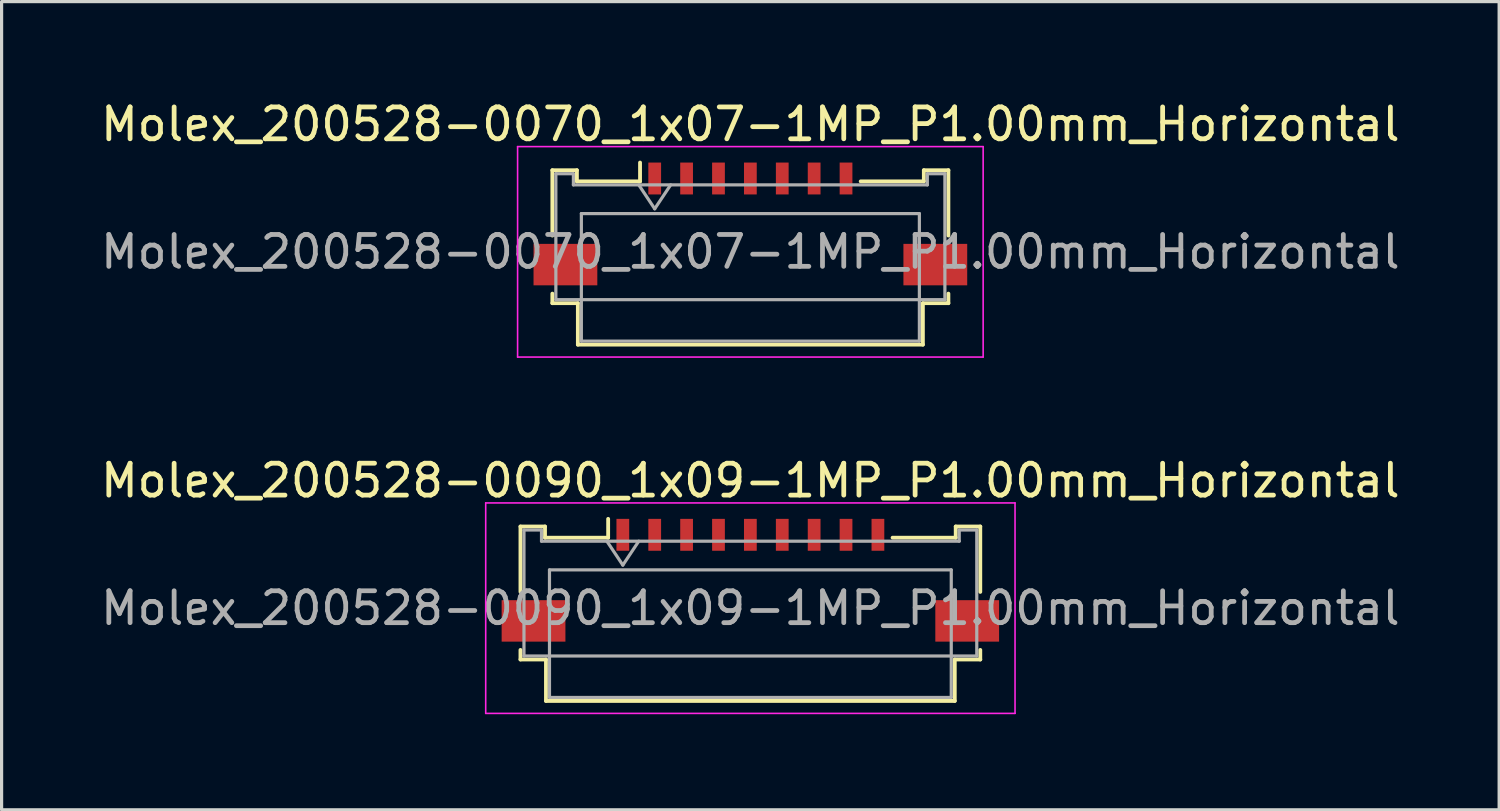
<source format=kicad_pcb>
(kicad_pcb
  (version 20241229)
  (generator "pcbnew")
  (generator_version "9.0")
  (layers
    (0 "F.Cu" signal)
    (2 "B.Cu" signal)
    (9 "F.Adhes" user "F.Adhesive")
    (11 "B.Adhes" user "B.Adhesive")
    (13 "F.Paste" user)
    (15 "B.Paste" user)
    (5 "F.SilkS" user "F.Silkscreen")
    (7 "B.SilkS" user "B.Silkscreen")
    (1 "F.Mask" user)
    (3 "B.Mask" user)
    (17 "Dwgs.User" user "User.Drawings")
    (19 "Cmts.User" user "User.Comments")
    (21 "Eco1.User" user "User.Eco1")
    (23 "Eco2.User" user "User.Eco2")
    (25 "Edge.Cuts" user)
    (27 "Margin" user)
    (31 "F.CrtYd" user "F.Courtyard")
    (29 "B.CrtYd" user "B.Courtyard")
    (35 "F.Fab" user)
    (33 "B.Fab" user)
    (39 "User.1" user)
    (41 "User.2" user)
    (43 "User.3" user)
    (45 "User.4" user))
  (footprint "Molex_200528-0070_1x07-1MP_P1.00mm_Horizontal"
    (layer "F.Cu")
    (at 20.482 3.458)
    (property "Reference" "Molex_200528-0070_1x07-1MP_P1.00mm_Horizontal" (at 0 -2.61 0) (layer "F.SilkS") (effects (font (size 1 1) (thickness 0.15))))
    (attr smd)
    (fp_line (start -6.21 -1.17) (end -6.21 0.88) (stroke (width 0.12) (type solid)) (layer "F.SilkS"))
    (fp_line (start -6.21 2.7) (end -6.21 3) (stroke (width 0.12) (type solid)) (layer "F.SilkS"))
    (fp_line (start -6.21 3) (end -5.41 3) (stroke (width 0.12) (type solid)) (layer "F.SilkS"))
    (fp_line (start -5.44 -1.17) (end -6.21 -1.17) (stroke (width 0.12) (type solid)) (layer "F.SilkS"))
    (fp_line (start -5.44 -0.82) (end -5.44 -1.17) (stroke (width 0.12) (type solid)) (layer "F.SilkS"))
    (fp_line (start -5.41 3) (end -5.41 4.3) (stroke (width 0.12) (type solid)) (layer "F.SilkS"))
    (fp_line (start -5.41 4.3) (end 5.41 4.3) (stroke (width 0.12) (type solid)) (layer "F.SilkS"))
    (fp_line (start -3.46 -1.41) (end -3.46 -0.82) (stroke (width 0.12) (type solid)) (layer "F.SilkS"))
    (fp_line (start -3.46 -0.82) (end -5.44 -0.82) (stroke (width 0.12) (type solid)) (layer "F.SilkS"))
    (fp_line (start 5.41 3) (end 6.21 3) (stroke (width 0.12) (type solid)) (layer "F.SilkS"))
    (fp_line (start 5.41 4.3) (end 5.41 3) (stroke (width 0.12) (type solid)) (layer "F.SilkS"))
    (fp_line (start 5.44 -1.17) (end 5.44 -0.82) (stroke (width 0.12) (type solid)) (layer "F.SilkS"))
    (fp_line (start 5.44 -0.82) (end 3.46 -0.82) (stroke (width 0.12) (type solid)) (layer "F.SilkS"))
    (fp_line (start 6.21 -1.17) (end 5.44 -1.17) (stroke (width 0.12) (type solid)) (layer "F.SilkS"))
    (fp_line (start 6.21 0.88) (end 6.21 -1.17) (stroke (width 0.12) (type solid)) (layer "F.SilkS"))
    (fp_line (start 6.21 3) (end 6.21 2.7) (stroke (width 0.12) (type solid)) (layer "F.SilkS"))
    (fp_line (start -7.3 -1.91) (end -7.3 4.69) (stroke (width 0.05) (type solid)) (layer "F.CrtYd"))
    (fp_line (start -7.3 4.69) (end 7.3 4.69) (stroke (width 0.05) (type solid)) (layer "F.CrtYd"))
    (fp_line (start 7.3 -1.91) (end -7.3 -1.91) (stroke (width 0.05) (type solid)) (layer "F.CrtYd"))
    (fp_line (start 7.3 4.69) (end 7.3 -1.91) (stroke (width 0.05) (type solid)) (layer "F.CrtYd"))
    (fp_line (start -6.1 -1.06) (end -6.1 2.89) (stroke (width 0.1) (type solid)) (layer "F.Fab"))
    (fp_line (start -6.1 2.89) (end 6.1 2.89) (stroke (width 0.1) (type solid)) (layer "F.Fab"))
    (fp_line (start -5.55 -1.06) (end -6.1 -1.06) (stroke (width 0.1) (type solid)) (layer "F.Fab"))
    (fp_line (start -5.55 -0.71) (end -5.55 -1.06) (stroke (width 0.1) (type solid)) (layer "F.Fab"))
    (fp_line (start -5.3 0.19) (end -5.3 4.19) (stroke (width 0.1) (type solid)) (layer "F.Fab"))
    (fp_line (start -5.3 4.19) (end 5.3 4.19) (stroke (width 0.1) (type solid)) (layer "F.Fab"))
    (fp_line (start -3.5 -0.71) (end -3 0.04) (stroke (width 0.1) (type solid)) (layer "F.Fab"))
    (fp_line (start -3 0.04) (end -2.5 -0.71) (stroke (width 0.1) (type solid)) (layer "F.Fab"))
    (fp_line (start 5.3 0.19) (end -5.3 0.19) (stroke (width 0.1) (type solid)) (layer "F.Fab"))
    (fp_line (start 5.3 4.19) (end 5.3 0.19) (stroke (width 0.1) (type solid)) (layer "F.Fab"))
    (fp_line (start 5.55 -1.06) (end 5.55 -0.71) (stroke (width 0.1) (type solid)) (layer "F.Fab"))
    (fp_line (start 5.55 -0.71) (end -5.55 -0.71) (stroke (width 0.1) (type solid)) (layer "F.Fab"))
    (fp_line (start 6.1 -1.06) (end 5.55 -1.06) (stroke (width 0.1) (type solid)) (layer "F.Fab"))
    (fp_line (start 6.1 2.89) (end 6.1 -1.06) (stroke (width 0.1) (type solid)) (layer "F.Fab"))
    (fp_text user "${REFERENCE}" (at 0 1.39 0) (layer "F.Fab") (effects (font (size 1 1) (thickness 0.15))))
    (pad "1" smd rect (at -3 -0.91) (size 0.4 1) (layers "F.Cu" "F.Mask" "F.Paste"))
    (pad "2" smd rect (at -2 -0.91) (size 0.4 1) (layers "F.Cu" "F.Mask" "F.Paste"))
    (pad "3" smd rect (at -1 -0.91) (size 0.4 1) (layers "F.Cu" "F.Mask" "F.Paste"))
    (pad "4" smd rect (at 0 -0.91) (size 0.4 1) (layers "F.Cu" "F.Mask" "F.Paste"))
    (pad "5" smd rect (at 1 -0.91) (size 0.4 1) (layers "F.Cu" "F.Mask" "F.Paste"))
    (pad "6" smd rect (at 2 -0.91) (size 0.4 1) (layers "F.Cu" "F.Mask" "F.Paste"))
    (pad "7" smd rect (at 3 -0.91) (size 0.4 1) (layers "F.Cu" "F.Mask" "F.Paste"))
    (pad "MP" smd rect (at -5.8 1.79) (size 2 1.3) (layers "F.Cu" "F.Mask" "F.Paste"))
    (pad "MP" smd rect (at 5.8 1.79) (size 2 1.3) (layers "F.Cu" "F.Mask" "F.Paste")))
  (footprint "Molex_200528-0090_1x09-1MP_P1.00mm_Horizontal"
    (layer "F.Cu")
    (at 20.482 14.632)
    (property "Reference" "Molex_200528-0090_1x09-1MP_P1.00mm_Horizontal" (at 0 -2.61 0) (layer "F.SilkS") (effects (font (size 1 1) (thickness 0.15))))
    (attr smd)
    (fp_line (start -7.21 -1.17) (end -7.21 0.88) (stroke (width 0.12) (type solid)) (layer "F.SilkS"))
    (fp_line (start -7.21 2.7) (end -7.21 3) (stroke (width 0.12) (type solid)) (layer "F.SilkS"))
    (fp_line (start -7.21 3) (end -6.41 3) (stroke (width 0.12) (type solid)) (layer "F.SilkS"))
    (fp_line (start -6.44 -1.17) (end -7.21 -1.17) (stroke (width 0.12) (type solid)) (layer "F.SilkS"))
    (fp_line (start -6.44 -0.82) (end -6.44 -1.17) (stroke (width 0.12) (type solid)) (layer "F.SilkS"))
    (fp_line (start -6.41 3) (end -6.41 4.3) (stroke (width 0.12) (type solid)) (layer "F.SilkS"))
    (fp_line (start -6.41 4.3) (end 6.41 4.3) (stroke (width 0.12) (type solid)) (layer "F.SilkS"))
    (fp_line (start -4.46 -1.41) (end -4.46 -0.82) (stroke (width 0.12) (type solid)) (layer "F.SilkS"))
    (fp_line (start -4.46 -0.82) (end -6.44 -0.82) (stroke (width 0.12) (type solid)) (layer "F.SilkS"))
    (fp_line (start 6.41 3) (end 7.21 3) (stroke (width 0.12) (type solid)) (layer "F.SilkS"))
    (fp_line (start 6.41 4.3) (end 6.41 3) (stroke (width 0.12) (type solid)) (layer "F.SilkS"))
    (fp_line (start 6.44 -1.17) (end 6.44 -0.82) (stroke (width 0.12) (type solid)) (layer "F.SilkS"))
    (fp_line (start 6.44 -0.82) (end 4.46 -0.82) (stroke (width 0.12) (type solid)) (layer "F.SilkS"))
    (fp_line (start 7.21 -1.17) (end 6.44 -1.17) (stroke (width 0.12) (type solid)) (layer "F.SilkS"))
    (fp_line (start 7.21 0.88) (end 7.21 -1.17) (stroke (width 0.12) (type solid)) (layer "F.SilkS"))
    (fp_line (start 7.21 3) (end 7.21 2.7) (stroke (width 0.12) (type solid)) (layer "F.SilkS"))
    (fp_line (start -8.3 -1.91) (end -8.3 4.69) (stroke (width 0.05) (type solid)) (layer "F.CrtYd"))
    (fp_line (start -8.3 4.69) (end 8.3 4.69) (stroke (width 0.05) (type solid)) (layer "F.CrtYd"))
    (fp_line (start 8.3 -1.91) (end -8.3 -1.91) (stroke (width 0.05) (type solid)) (layer "F.CrtYd"))
    (fp_line (start 8.3 4.69) (end 8.3 -1.91) (stroke (width 0.05) (type solid)) (layer "F.CrtYd"))
    (fp_line (start -7.1 -1.06) (end -7.1 2.89) (stroke (width 0.1) (type solid)) (layer "F.Fab"))
    (fp_line (start -7.1 2.89) (end 7.1 2.89) (stroke (width 0.1) (type solid)) (layer "F.Fab"))
    (fp_line (start -6.55 -1.06) (end -7.1 -1.06) (stroke (width 0.1) (type solid)) (layer "F.Fab"))
    (fp_line (start -6.55 -0.71) (end -6.55 -1.06) (stroke (width 0.1) (type solid)) (layer "F.Fab"))
    (fp_line (start -6.3 0.19) (end -6.3 4.19) (stroke (width 0.1) (type solid)) (layer "F.Fab"))
    (fp_line (start -6.3 4.19) (end 6.3 4.19) (stroke (width 0.1) (type solid)) (layer "F.Fab"))
    (fp_line (start -4.5 -0.71) (end -4 0.04) (stroke (width 0.1) (type solid)) (layer "F.Fab"))
    (fp_line (start -4 0.04) (end -3.5 -0.71) (stroke (width 0.1) (type solid)) (layer "F.Fab"))
    (fp_line (start 6.3 0.19) (end -6.3 0.19) (stroke (width 0.1) (type solid)) (layer "F.Fab"))
    (fp_line (start 6.3 4.19) (end 6.3 0.19) (stroke (width 0.1) (type solid)) (layer "F.Fab"))
    (fp_line (start 6.55 -1.06) (end 6.55 -0.71) (stroke (width 0.1) (type solid)) (layer "F.Fab"))
    (fp_line (start 6.55 -0.71) (end -6.55 -0.71) (stroke (width 0.1) (type solid)) (layer "F.Fab"))
    (fp_line (start 7.1 -1.06) (end 6.55 -1.06) (stroke (width 0.1) (type solid)) (layer "F.Fab"))
    (fp_line (start 7.1 2.89) (end 7.1 -1.06) (stroke (width 0.1) (type solid)) (layer "F.Fab"))
    (fp_text user "${REFERENCE}" (at 0 1.39 0) (layer "F.Fab") (effects (font (size 1 1) (thickness 0.15))))
    (pad "1" smd rect (at -4 -0.91) (size 0.4 1) (layers "F.Cu" "F.Mask" "F.Paste"))
    (pad "2" smd rect (at -3 -0.91) (size 0.4 1) (layers "F.Cu" "F.Mask" "F.Paste"))
    (pad "3" smd rect (at -2 -0.91) (size 0.4 1) (layers "F.Cu" "F.Mask" "F.Paste"))
    (pad "4" smd rect (at -1 -0.91) (size 0.4 1) (layers "F.Cu" "F.Mask" "F.Paste"))
    (pad "5" smd rect (at 0 -0.91) (size 0.4 1) (layers "F.Cu" "F.Mask" "F.Paste"))
    (pad "6" smd rect (at 1 -0.91) (size 0.4 1) (layers "F.Cu" "F.Mask" "F.Paste"))
    (pad "7" smd rect (at 2 -0.91) (size 0.4 1) (layers "F.Cu" "F.Mask" "F.Paste"))
    (pad "8" smd rect (at 3 -0.91) (size 0.4 1) (layers "F.Cu" "F.Mask" "F.Paste"))
    (pad "9" smd rect (at 4 -0.91) (size 0.4 1) (layers "F.Cu" "F.Mask" "F.Paste"))
    (pad "MP" smd rect (at -6.8 1.79) (size 2 1.3) (layers "F.Cu" "F.Mask" "F.Paste"))
    (pad "MP" smd rect (at 6.8 1.79) (size 2 1.3) (layers "F.Cu" "F.Mask" "F.Paste")))
  (gr_rect
    (start -3 -3)
    (end 43.964 22.346)
    (stroke (width 0.1) (type default))
    (fill no)
    (layer "Edge.Cuts")))
</source>
